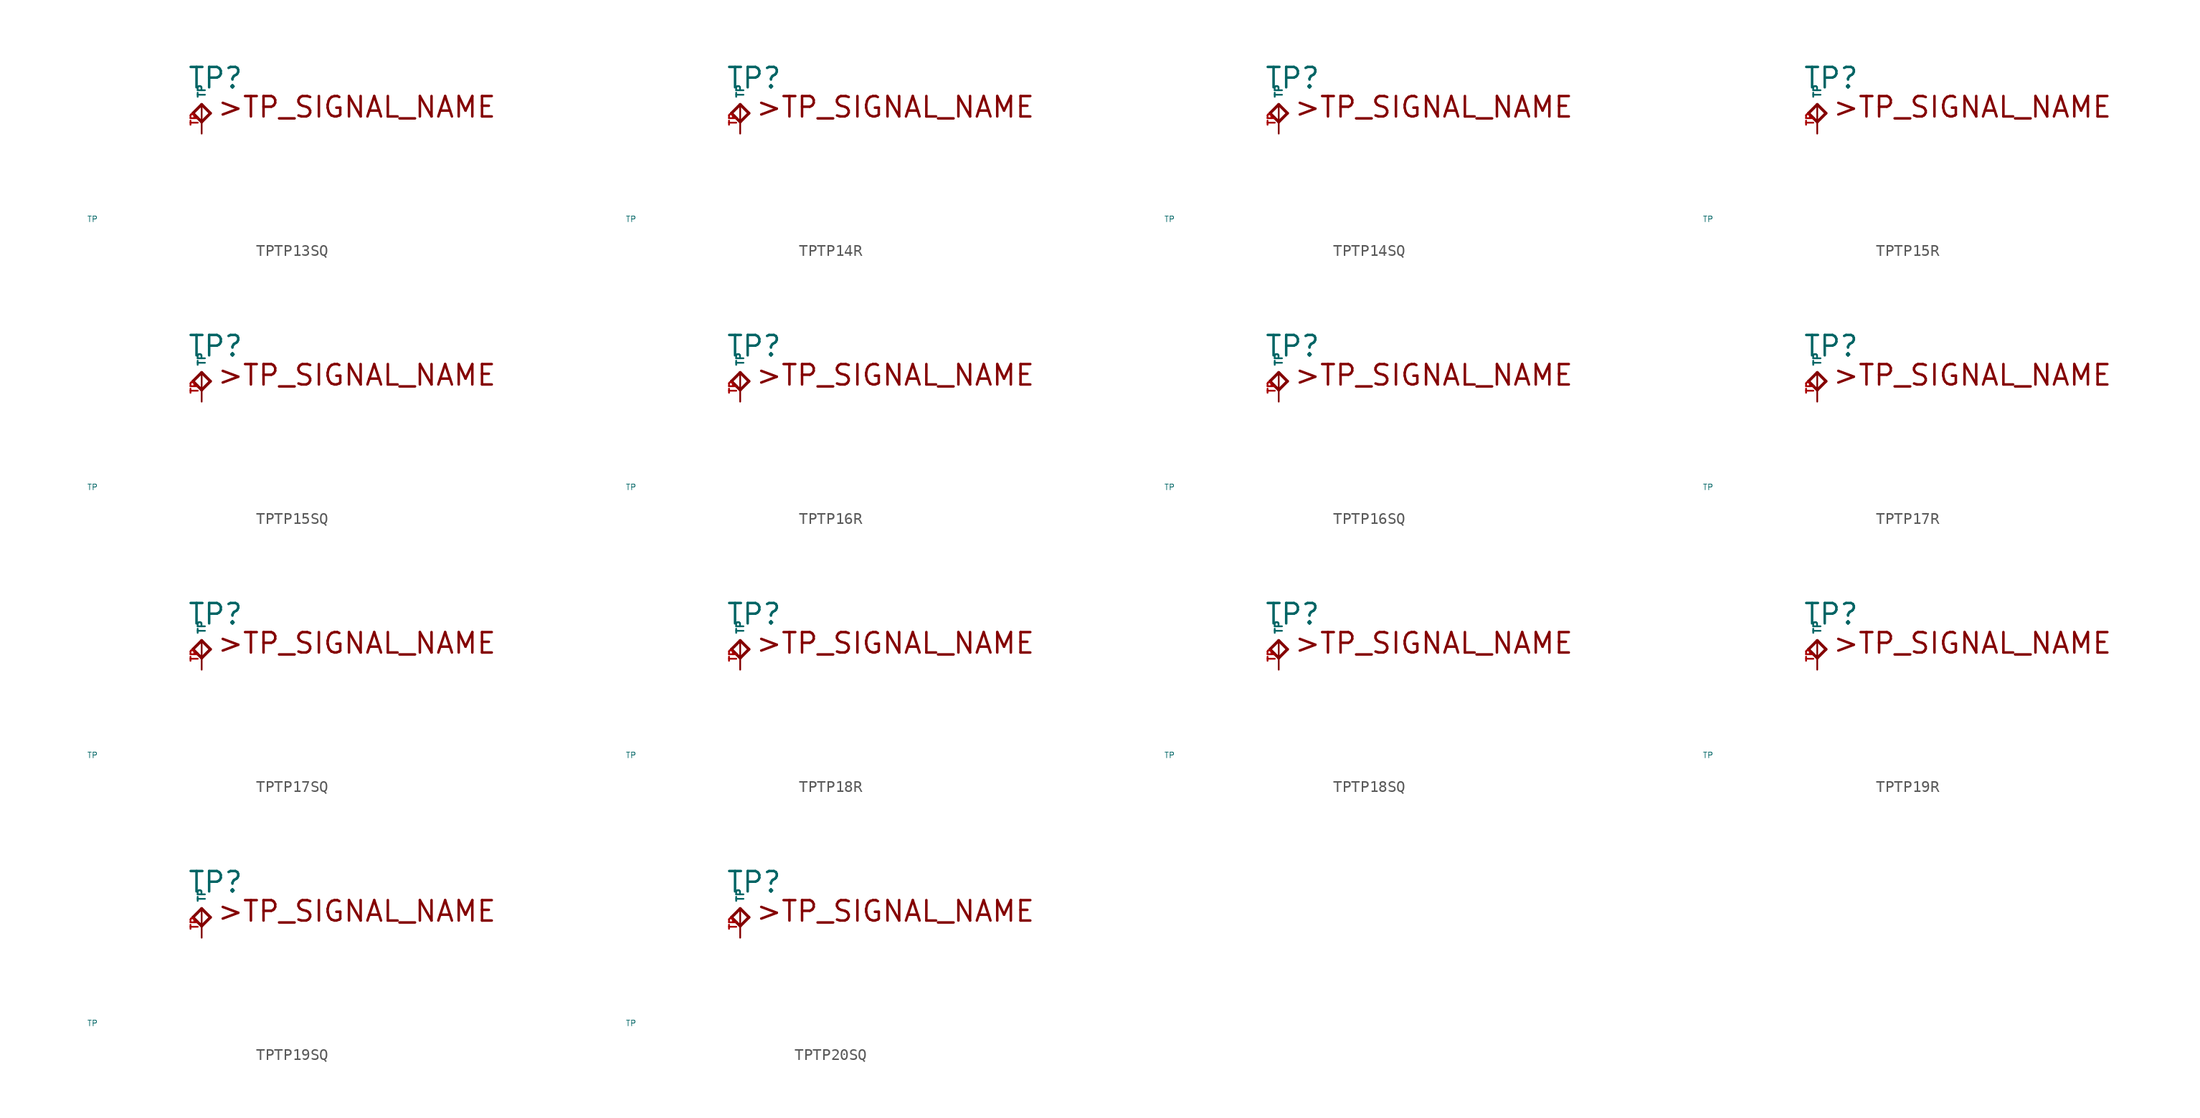
<source format=kicad_sym>
(kicad_symbol_lib
  (version 20220914)
  (generator Eagle2Kicad)
  (symbol "TPTP13SQ"
    (property "Reference" "TP"
      (at -1.27 1.27 0)
      (effects (font (size 1.778 1.778) (thickness 0.22)) (justify left bottom)))
    (property "Value" "TP"
      (at -10 -10 0)
      (effects (font (size 0.5 0.5) (thickness 0.06)) (justify left)))
    (polyline
      (pts (xy -0.762 -0.762) (xy 0 0))
      (stroke (width 0.254) (type default))
      (fill (type none)))
    (polyline
      (pts (xy 0 0) (xy 0.762 -0.762))
      (stroke (width 0.254) (type default))
      (fill (type none)))
    (polyline
      (pts (xy 0.762 -0.762) (xy 0 -1.524))
      (stroke (width 0.254) (type default))
      (fill (type none)))
    (polyline
      (pts (xy 0 -1.524) (xy -0.762 -0.762))
      (stroke (width 0.254) (type default))
      (fill (type none)))
    (text ">TP_SIGNAL_NAME"
      (at 1.27 -1.27 0)
      (effects (font (size 1.778 1.778) (thickness 0.22)) (justify left bottom)))
    (pin input line
      (at 0 -2.54 90)
      (length 2.54)
      (name "TP" (effects (font (size 0.635 0.635) (thickness 0.08)) (justify left bottom)))
      (number "TP" (effects (font (size 0.635 0.635) (thickness 0.08)) (justify left bottom)))))
  (symbol "TPTP14R"
    (property "Reference" "TP"
      (at -1.27 1.27 0)
      (effects (font (size 1.778 1.778) (thickness 0.22)) (justify left bottom)))
    (property "Value" "TP"
      (at -10 -10 0)
      (effects (font (size 0.5 0.5) (thickness 0.06)) (justify left)))
    (polyline
      (pts (xy -0.762 -0.762) (xy 0 0))
      (stroke (width 0.254) (type default))
      (fill (type none)))
    (polyline
      (pts (xy 0 0) (xy 0.762 -0.762))
      (stroke (width 0.254) (type default))
      (fill (type none)))
    (polyline
      (pts (xy 0.762 -0.762) (xy 0 -1.524))
      (stroke (width 0.254) (type default))
      (fill (type none)))
    (polyline
      (pts (xy 0 -1.524) (xy -0.762 -0.762))
      (stroke (width 0.254) (type default))
      (fill (type none)))
    (text ">TP_SIGNAL_NAME"
      (at 1.27 -1.27 0)
      (effects (font (size 1.778 1.778) (thickness 0.22)) (justify left bottom)))
    (pin input line
      (at 0 -2.54 90)
      (length 2.54)
      (name "TP" (effects (font (size 0.635 0.635) (thickness 0.08)) (justify left bottom)))
      (number "TP" (effects (font (size 0.635 0.635) (thickness 0.08)) (justify left bottom)))))
  (symbol "TPTP14SQ"
    (property "Reference" "TP"
      (at -1.27 1.27 0)
      (effects (font (size 1.778 1.778) (thickness 0.22)) (justify left bottom)))
    (property "Value" "TP"
      (at -10 -10 0)
      (effects (font (size 0.5 0.5) (thickness 0.06)) (justify left)))
    (polyline
      (pts (xy -0.762 -0.762) (xy 0 0))
      (stroke (width 0.254) (type default))
      (fill (type none)))
    (polyline
      (pts (xy 0 0) (xy 0.762 -0.762))
      (stroke (width 0.254) (type default))
      (fill (type none)))
    (polyline
      (pts (xy 0.762 -0.762) (xy 0 -1.524))
      (stroke (width 0.254) (type default))
      (fill (type none)))
    (polyline
      (pts (xy 0 -1.524) (xy -0.762 -0.762))
      (stroke (width 0.254) (type default))
      (fill (type none)))
    (text ">TP_SIGNAL_NAME"
      (at 1.27 -1.27 0)
      (effects (font (size 1.778 1.778) (thickness 0.22)) (justify left bottom)))
    (pin input line
      (at 0 -2.54 90)
      (length 2.54)
      (name "TP" (effects (font (size 0.635 0.635) (thickness 0.08)) (justify left bottom)))
      (number "TP" (effects (font (size 0.635 0.635) (thickness 0.08)) (justify left bottom)))))
  (symbol "TPTP15R"
    (property "Reference" "TP"
      (at -1.27 1.27 0)
      (effects (font (size 1.778 1.778) (thickness 0.22)) (justify left bottom)))
    (property "Value" "TP"
      (at -10 -10 0)
      (effects (font (size 0.5 0.5) (thickness 0.06)) (justify left)))
    (polyline
      (pts (xy -0.762 -0.762) (xy 0 0))
      (stroke (width 0.254) (type default))
      (fill (type none)))
    (polyline
      (pts (xy 0 0) (xy 0.762 -0.762))
      (stroke (width 0.254) (type default))
      (fill (type none)))
    (polyline
      (pts (xy 0.762 -0.762) (xy 0 -1.524))
      (stroke (width 0.254) (type default))
      (fill (type none)))
    (polyline
      (pts (xy 0 -1.524) (xy -0.762 -0.762))
      (stroke (width 0.254) (type default))
      (fill (type none)))
    (text ">TP_SIGNAL_NAME"
      (at 1.27 -1.27 0)
      (effects (font (size 1.778 1.778) (thickness 0.22)) (justify left bottom)))
    (pin input line
      (at 0 -2.54 90)
      (length 2.54)
      (name "TP" (effects (font (size 0.635 0.635) (thickness 0.08)) (justify left bottom)))
      (number "TP" (effects (font (size 0.635 0.635) (thickness 0.08)) (justify left bottom)))))
  (symbol "TPTP15SQ"
    (property "Reference" "TP"
      (at -1.27 1.27 0)
      (effects (font (size 1.778 1.778) (thickness 0.22)) (justify left bottom)))
    (property "Value" "TP"
      (at -10 -10 0)
      (effects (font (size 0.5 0.5) (thickness 0.06)) (justify left)))
    (polyline
      (pts (xy -0.762 -0.762) (xy 0 0))
      (stroke (width 0.254) (type default))
      (fill (type none)))
    (polyline
      (pts (xy 0 0) (xy 0.762 -0.762))
      (stroke (width 0.254) (type default))
      (fill (type none)))
    (polyline
      (pts (xy 0.762 -0.762) (xy 0 -1.524))
      (stroke (width 0.254) (type default))
      (fill (type none)))
    (polyline
      (pts (xy 0 -1.524) (xy -0.762 -0.762))
      (stroke (width 0.254) (type default))
      (fill (type none)))
    (text ">TP_SIGNAL_NAME"
      (at 1.27 -1.27 0)
      (effects (font (size 1.778 1.778) (thickness 0.22)) (justify left bottom)))
    (pin input line
      (at 0 -2.54 90)
      (length 2.54)
      (name "TP" (effects (font (size 0.635 0.635) (thickness 0.08)) (justify left bottom)))
      (number "TP" (effects (font (size 0.635 0.635) (thickness 0.08)) (justify left bottom)))))
  (symbol "TPTP16R"
    (property "Reference" "TP"
      (at -1.27 1.27 0)
      (effects (font (size 1.778 1.778) (thickness 0.22)) (justify left bottom)))
    (property "Value" "TP"
      (at -10 -10 0)
      (effects (font (size 0.5 0.5) (thickness 0.06)) (justify left)))
    (polyline
      (pts (xy -0.762 -0.762) (xy 0 0))
      (stroke (width 0.254) (type default))
      (fill (type none)))
    (polyline
      (pts (xy 0 0) (xy 0.762 -0.762))
      (stroke (width 0.254) (type default))
      (fill (type none)))
    (polyline
      (pts (xy 0.762 -0.762) (xy 0 -1.524))
      (stroke (width 0.254) (type default))
      (fill (type none)))
    (polyline
      (pts (xy 0 -1.524) (xy -0.762 -0.762))
      (stroke (width 0.254) (type default))
      (fill (type none)))
    (text ">TP_SIGNAL_NAME"
      (at 1.27 -1.27 0)
      (effects (font (size 1.778 1.778) (thickness 0.22)) (justify left bottom)))
    (pin input line
      (at 0 -2.54 90)
      (length 2.54)
      (name "TP" (effects (font (size 0.635 0.635) (thickness 0.08)) (justify left bottom)))
      (number "TP" (effects (font (size 0.635 0.635) (thickness 0.08)) (justify left bottom)))))
  (symbol "TPTP16SQ"
    (property "Reference" "TP"
      (at -1.27 1.27 0)
      (effects (font (size 1.778 1.778) (thickness 0.22)) (justify left bottom)))
    (property "Value" "TP"
      (at -10 -10 0)
      (effects (font (size 0.5 0.5) (thickness 0.06)) (justify left)))
    (polyline
      (pts (xy -0.762 -0.762) (xy 0 0))
      (stroke (width 0.254) (type default))
      (fill (type none)))
    (polyline
      (pts (xy 0 0) (xy 0.762 -0.762))
      (stroke (width 0.254) (type default))
      (fill (type none)))
    (polyline
      (pts (xy 0.762 -0.762) (xy 0 -1.524))
      (stroke (width 0.254) (type default))
      (fill (type none)))
    (polyline
      (pts (xy 0 -1.524) (xy -0.762 -0.762))
      (stroke (width 0.254) (type default))
      (fill (type none)))
    (text ">TP_SIGNAL_NAME"
      (at 1.27 -1.27 0)
      (effects (font (size 1.778 1.778) (thickness 0.22)) (justify left bottom)))
    (pin input line
      (at 0 -2.54 90)
      (length 2.54)
      (name "TP" (effects (font (size 0.635 0.635) (thickness 0.08)) (justify left bottom)))
      (number "TP" (effects (font (size 0.635 0.635) (thickness 0.08)) (justify left bottom)))))
  (symbol "TPTP17R"
    (property "Reference" "TP"
      (at -1.27 1.27 0)
      (effects (font (size 1.778 1.778) (thickness 0.22)) (justify left bottom)))
    (property "Value" "TP"
      (at -10 -10 0)
      (effects (font (size 0.5 0.5) (thickness 0.06)) (justify left)))
    (polyline
      (pts (xy -0.762 -0.762) (xy 0 0))
      (stroke (width 0.254) (type default))
      (fill (type none)))
    (polyline
      (pts (xy 0 0) (xy 0.762 -0.762))
      (stroke (width 0.254) (type default))
      (fill (type none)))
    (polyline
      (pts (xy 0.762 -0.762) (xy 0 -1.524))
      (stroke (width 0.254) (type default))
      (fill (type none)))
    (polyline
      (pts (xy 0 -1.524) (xy -0.762 -0.762))
      (stroke (width 0.254) (type default))
      (fill (type none)))
    (text ">TP_SIGNAL_NAME"
      (at 1.27 -1.27 0)
      (effects (font (size 1.778 1.778) (thickness 0.22)) (justify left bottom)))
    (pin input line
      (at 0 -2.54 90)
      (length 2.54)
      (name "TP" (effects (font (size 0.635 0.635) (thickness 0.08)) (justify left bottom)))
      (number "TP" (effects (font (size 0.635 0.635) (thickness 0.08)) (justify left bottom)))))
  (symbol "TPTP17SQ"
    (property "Reference" "TP"
      (at -1.27 1.27 0)
      (effects (font (size 1.778 1.778) (thickness 0.22)) (justify left bottom)))
    (property "Value" "TP"
      (at -10 -10 0)
      (effects (font (size 0.5 0.5) (thickness 0.06)) (justify left)))
    (polyline
      (pts (xy -0.762 -0.762) (xy 0 0))
      (stroke (width 0.254) (type default))
      (fill (type none)))
    (polyline
      (pts (xy 0 0) (xy 0.762 -0.762))
      (stroke (width 0.254) (type default))
      (fill (type none)))
    (polyline
      (pts (xy 0.762 -0.762) (xy 0 -1.524))
      (stroke (width 0.254) (type default))
      (fill (type none)))
    (polyline
      (pts (xy 0 -1.524) (xy -0.762 -0.762))
      (stroke (width 0.254) (type default))
      (fill (type none)))
    (text ">TP_SIGNAL_NAME"
      (at 1.27 -1.27 0)
      (effects (font (size 1.778 1.778) (thickness 0.22)) (justify left bottom)))
    (pin input line
      (at 0 -2.54 90)
      (length 2.54)
      (name "TP" (effects (font (size 0.635 0.635) (thickness 0.08)) (justify left bottom)))
      (number "TP" (effects (font (size 0.635 0.635) (thickness 0.08)) (justify left bottom)))))
  (symbol "TPTP18R"
    (property "Reference" "TP"
      (at -1.27 1.27 0)
      (effects (font (size 1.778 1.778) (thickness 0.22)) (justify left bottom)))
    (property "Value" "TP"
      (at -10 -10 0)
      (effects (font (size 0.5 0.5) (thickness 0.06)) (justify left)))
    (polyline
      (pts (xy -0.762 -0.762) (xy 0 0))
      (stroke (width 0.254) (type default))
      (fill (type none)))
    (polyline
      (pts (xy 0 0) (xy 0.762 -0.762))
      (stroke (width 0.254) (type default))
      (fill (type none)))
    (polyline
      (pts (xy 0.762 -0.762) (xy 0 -1.524))
      (stroke (width 0.254) (type default))
      (fill (type none)))
    (polyline
      (pts (xy 0 -1.524) (xy -0.762 -0.762))
      (stroke (width 0.254) (type default))
      (fill (type none)))
    (text ">TP_SIGNAL_NAME"
      (at 1.27 -1.27 0)
      (effects (font (size 1.778 1.778) (thickness 0.22)) (justify left bottom)))
    (pin input line
      (at 0 -2.54 90)
      (length 2.54)
      (name "TP" (effects (font (size 0.635 0.635) (thickness 0.08)) (justify left bottom)))
      (number "TP" (effects (font (size 0.635 0.635) (thickness 0.08)) (justify left bottom)))))
  (symbol "TPTP18SQ"
    (property "Reference" "TP"
      (at -1.27 1.27 0)
      (effects (font (size 1.778 1.778) (thickness 0.22)) (justify left bottom)))
    (property "Value" "TP"
      (at -10 -10 0)
      (effects (font (size 0.5 0.5) (thickness 0.06)) (justify left)))
    (polyline
      (pts (xy -0.762 -0.762) (xy 0 0))
      (stroke (width 0.254) (type default))
      (fill (type none)))
    (polyline
      (pts (xy 0 0) (xy 0.762 -0.762))
      (stroke (width 0.254) (type default))
      (fill (type none)))
    (polyline
      (pts (xy 0.762 -0.762) (xy 0 -1.524))
      (stroke (width 0.254) (type default))
      (fill (type none)))
    (polyline
      (pts (xy 0 -1.524) (xy -0.762 -0.762))
      (stroke (width 0.254) (type default))
      (fill (type none)))
    (text ">TP_SIGNAL_NAME"
      (at 1.27 -1.27 0)
      (effects (font (size 1.778 1.778) (thickness 0.22)) (justify left bottom)))
    (pin input line
      (at 0 -2.54 90)
      (length 2.54)
      (name "TP" (effects (font (size 0.635 0.635) (thickness 0.08)) (justify left bottom)))
      (number "TP" (effects (font (size 0.635 0.635) (thickness 0.08)) (justify left bottom)))))
  (symbol "TPTP19R"
    (property "Reference" "TP"
      (at -1.27 1.27 0)
      (effects (font (size 1.778 1.778) (thickness 0.22)) (justify left bottom)))
    (property "Value" "TP"
      (at -10 -10 0)
      (effects (font (size 0.5 0.5) (thickness 0.06)) (justify left)))
    (polyline
      (pts (xy -0.762 -0.762) (xy 0 0))
      (stroke (width 0.254) (type default))
      (fill (type none)))
    (polyline
      (pts (xy 0 0) (xy 0.762 -0.762))
      (stroke (width 0.254) (type default))
      (fill (type none)))
    (polyline
      (pts (xy 0.762 -0.762) (xy 0 -1.524))
      (stroke (width 0.254) (type default))
      (fill (type none)))
    (polyline
      (pts (xy 0 -1.524) (xy -0.762 -0.762))
      (stroke (width 0.254) (type default))
      (fill (type none)))
    (text ">TP_SIGNAL_NAME"
      (at 1.27 -1.27 0)
      (effects (font (size 1.778 1.778) (thickness 0.22)) (justify left bottom)))
    (pin input line
      (at 0 -2.54 90)
      (length 2.54)
      (name "TP" (effects (font (size 0.635 0.635) (thickness 0.08)) (justify left bottom)))
      (number "TP" (effects (font (size 0.635 0.635) (thickness 0.08)) (justify left bottom)))))
  (symbol "TPTP19SQ"
    (property "Reference" "TP"
      (at -1.27 1.27 0)
      (effects (font (size 1.778 1.778) (thickness 0.22)) (justify left bottom)))
    (property "Value" "TP"
      (at -10 -10 0)
      (effects (font (size 0.5 0.5) (thickness 0.06)) (justify left)))
    (polyline
      (pts (xy -0.762 -0.762) (xy 0 0))
      (stroke (width 0.254) (type default))
      (fill (type none)))
    (polyline
      (pts (xy 0 0) (xy 0.762 -0.762))
      (stroke (width 0.254) (type default))
      (fill (type none)))
    (polyline
      (pts (xy 0.762 -0.762) (xy 0 -1.524))
      (stroke (width 0.254) (type default))
      (fill (type none)))
    (polyline
      (pts (xy 0 -1.524) (xy -0.762 -0.762))
      (stroke (width 0.254) (type default))
      (fill (type none)))
    (text ">TP_SIGNAL_NAME"
      (at 1.27 -1.27 0)
      (effects (font (size 1.778 1.778) (thickness 0.22)) (justify left bottom)))
    (pin input line
      (at 0 -2.54 90)
      (length 2.54)
      (name "TP" (effects (font (size 0.635 0.635) (thickness 0.08)) (justify left bottom)))
      (number "TP" (effects (font (size 0.635 0.635) (thickness 0.08)) (justify left bottom)))))
  (symbol "TPTP20SQ"
    (property "Reference" "TP"
      (at -1.27 1.27 0)
      (effects (font (size 1.778 1.778) (thickness 0.22)) (justify left bottom)))
    (property "Value" "TP"
      (at -10 -10 0)
      (effects (font (size 0.5 0.5) (thickness 0.06)) (justify left)))
    (polyline
      (pts (xy -0.762 -0.762) (xy 0 0))
      (stroke (width 0.254) (type default))
      (fill (type none)))
    (polyline
      (pts (xy 0 0) (xy 0.762 -0.762))
      (stroke (width 0.254) (type default))
      (fill (type none)))
    (polyline
      (pts (xy 0.762 -0.762) (xy 0 -1.524))
      (stroke (width 0.254) (type default))
      (fill (type none)))
    (polyline
      (pts (xy 0 -1.524) (xy -0.762 -0.762))
      (stroke (width 0.254) (type default))
      (fill (type none)))
    (text ">TP_SIGNAL_NAME"
      (at 1.27 -1.27 0)
      (effects (font (size 1.778 1.778) (thickness 0.22)) (justify left bottom)))
    (pin input line
      (at 0 -2.54 90)
      (length 2.54)
      (name "TP" (effects (font (size 0.635 0.635) (thickness 0.08)) (justify left bottom)))
      (number "TP" (effects (font (size 0.635 0.635) (thickness 0.08)) (justify left bottom))))))
</source>
